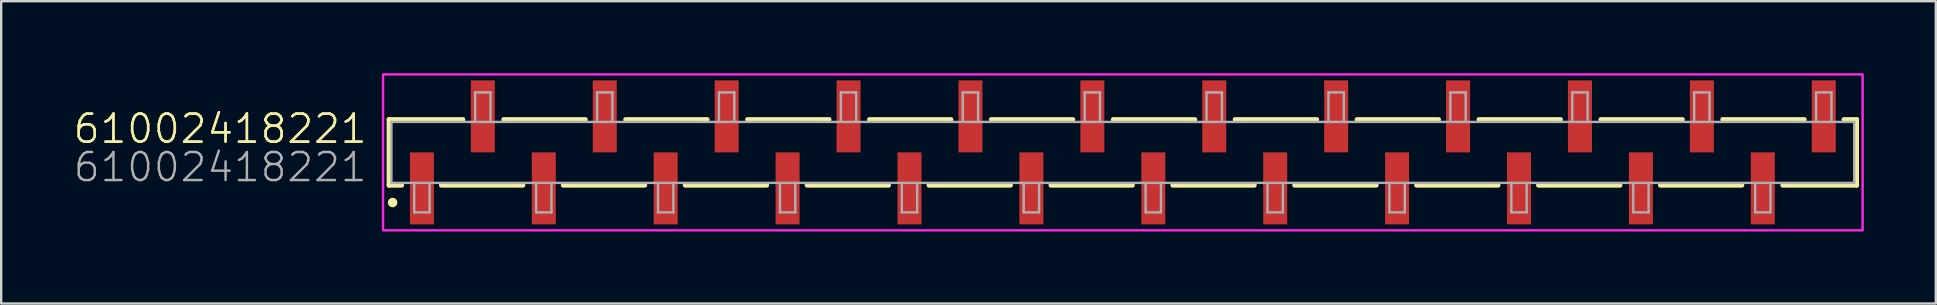
<source format=kicad_pcb>
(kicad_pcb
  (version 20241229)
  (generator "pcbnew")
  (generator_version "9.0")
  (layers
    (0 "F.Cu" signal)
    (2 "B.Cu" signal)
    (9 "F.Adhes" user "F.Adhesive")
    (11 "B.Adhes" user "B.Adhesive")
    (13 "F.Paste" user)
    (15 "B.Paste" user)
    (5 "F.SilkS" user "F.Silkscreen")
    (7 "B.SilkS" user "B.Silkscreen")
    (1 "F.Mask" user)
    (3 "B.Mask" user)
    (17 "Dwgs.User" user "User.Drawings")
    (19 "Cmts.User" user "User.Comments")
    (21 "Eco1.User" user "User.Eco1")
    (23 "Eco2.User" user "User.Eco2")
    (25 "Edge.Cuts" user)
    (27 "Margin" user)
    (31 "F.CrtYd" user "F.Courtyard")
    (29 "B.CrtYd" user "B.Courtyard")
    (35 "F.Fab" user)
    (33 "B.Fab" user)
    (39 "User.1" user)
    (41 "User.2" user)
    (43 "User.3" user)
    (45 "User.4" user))
  (footprint "61002418221"
    (layer "F.Cu")
    (at 43.742 3.3)
    (property "Reference" "61002418221" (at -31.43 -0.3 0) (unlocked yes) (layer "F.SilkS") (effects (font (size 1.168 1.168) (thickness 0.102)) (justify right bottom)))
    (property "Value" "61002418221" (at -31.43 1.3 0) (unlocked yes) (layer "F.Fab") (hide yes) (effects (font (size 1.168 1.168) (thickness 0.102)) (justify right bottom)))
    (fp_line (start -30.58 -1.37) (end -30.58 1.37) (stroke (width 0.2) (type solid)) (layer "F.SilkS"))
    (fp_line (start -30.58 1.37) (end -30.05 1.37) (stroke (width 0.2) (type solid)) (layer "F.SilkS"))
    (fp_line (start -28.4 1.37) (end -25 1.37) (stroke (width 0.2) (type solid)) (layer "F.SilkS"))
    (fp_line (start -27.5 -1.37) (end -30.58 -1.37) (stroke (width 0.2) (type solid)) (layer "F.SilkS"))
    (fp_line (start -25.8 -1.37) (end -22.4 -1.37) (stroke (width 0.2) (type solid)) (layer "F.SilkS"))
    (fp_line (start -23.32 1.37) (end -19.92 1.37) (stroke (width 0.2) (type solid)) (layer "F.SilkS"))
    (fp_line (start -20.72 -1.37) (end -17.32 -1.37) (stroke (width 0.2) (type solid)) (layer "F.SilkS"))
    (fp_line (start -18.24 1.37) (end -14.84 1.37) (stroke (width 0.2) (type solid)) (layer "F.SilkS"))
    (fp_line (start -15.64 -1.37) (end -12.24 -1.37) (stroke (width 0.2) (type solid)) (layer "F.SilkS"))
    (fp_line (start -13.16 1.37) (end -9.76 1.37) (stroke (width 0.2) (type solid)) (layer "F.SilkS"))
    (fp_line (start -10.56 -1.37) (end -7.16 -1.37) (stroke (width 0.2) (type solid)) (layer "F.SilkS"))
    (fp_line (start -8.08 1.37) (end -4.68 1.37) (stroke (width 0.2) (type solid)) (layer "F.SilkS"))
    (fp_line (start -5.48 -1.37) (end -2.08 -1.37) (stroke (width 0.2) (type solid)) (layer "F.SilkS"))
    (fp_line (start -3 1.37) (end 0.4 1.37) (stroke (width 0.2) (type solid)) (layer "F.SilkS"))
    (fp_line (start -0.4 -1.37) (end 3 -1.37) (stroke (width 0.2) (type solid)) (layer "F.SilkS"))
    (fp_line (start 2.08 1.37) (end 5.48 1.37) (stroke (width 0.2) (type solid)) (layer "F.SilkS"))
    (fp_line (start 4.68 -1.37) (end 8.08 -1.37) (stroke (width 0.2) (type solid)) (layer "F.SilkS"))
    (fp_line (start 7.16 1.37) (end 10.56 1.37) (stroke (width 0.2) (type solid)) (layer "F.SilkS"))
    (fp_line (start 9.76 -1.37) (end 13.16 -1.37) (stroke (width 0.2) (type solid)) (layer "F.SilkS"))
    (fp_line (start 12.24 1.37) (end 15.64 1.37) (stroke (width 0.2) (type solid)) (layer "F.SilkS"))
    (fp_line (start 14.84 -1.37) (end 18.24 -1.37) (stroke (width 0.2) (type solid)) (layer "F.SilkS"))
    (fp_line (start 17.32 1.37) (end 20.72 1.37) (stroke (width 0.2) (type solid)) (layer "F.SilkS"))
    (fp_line (start 19.92 -1.37) (end 23.32 -1.37) (stroke (width 0.2) (type solid)) (layer "F.SilkS"))
    (fp_line (start 22.4 1.37) (end 25.8 1.37) (stroke (width 0.2) (type solid)) (layer "F.SilkS"))
    (fp_line (start 25 -1.37) (end 28.4 -1.37) (stroke (width 0.2) (type solid)) (layer "F.SilkS"))
    (fp_line (start 27.5 1.37) (end 30.58 1.37) (stroke (width 0.2) (type solid)) (layer "F.SilkS"))
    (fp_line (start 30.58 -1.37) (end 30.05 -1.37) (stroke (width 0.2) (type solid)) (layer "F.SilkS"))
    (fp_line (start 30.58 1.37) (end 30.58 -1.37) (stroke (width 0.2) (type solid)) (layer "F.SilkS"))
    (fp_circle (center -30.43 2.09) (end -30.33 2.09) (stroke (width 0.2) (type solid)) (fill no) (layer "F.SilkS"))
    (fp_poly (pts (xy 30.83 3.25) (xy -30.83 3.25) (xy -30.83 -3.25) (xy 30.83 -3.25)) (stroke (width 0.1) (type default)) (fill no) (layer "F.CrtYd"))
    (fp_line (start -30.48 -1.27) (end -30.48 1.27) (stroke (width 0.1) (type solid)) (layer "F.Fab"))
    (fp_line (start -30.48 1.27) (end 30.48 1.27) (stroke (width 0.1) (type solid)) (layer "F.Fab"))
    (fp_line (start -29.53 2.5) (end -29.53 1.3) (stroke (width 0.1) (type solid)) (layer "F.Fab"))
    (fp_line (start -28.89 1.3) (end -28.89 2.5) (stroke (width 0.1) (type solid)) (layer "F.Fab"))
    (fp_line (start -28.89 2.5) (end -29.53 2.5) (stroke (width 0.1) (type solid)) (layer "F.Fab"))
    (fp_line (start -26.99 -2.5) (end -26.35 -2.5) (stroke (width 0.1) (type solid)) (layer "F.Fab"))
    (fp_line (start -26.99 -1.3) (end -26.99 -2.5) (stroke (width 0.1) (type solid)) (layer "F.Fab"))
    (fp_line (start -26.35 -2.5) (end -26.35 -1.3) (stroke (width 0.1) (type solid)) (layer "F.Fab"))
    (fp_line (start -24.45 2.5) (end -24.45 1.3) (stroke (width 0.1) (type solid)) (layer "F.Fab"))
    (fp_line (start -23.81 1.3) (end -23.81 2.5) (stroke (width 0.1) (type solid)) (layer "F.Fab"))
    (fp_line (start -23.81 2.5) (end -24.45 2.5) (stroke (width 0.1) (type solid)) (layer "F.Fab"))
    (fp_line (start -21.91 -2.5) (end -21.27 -2.5) (stroke (width 0.1) (type solid)) (layer "F.Fab"))
    (fp_line (start -21.91 -1.3) (end -21.91 -2.5) (stroke (width 0.1) (type solid)) (layer "F.Fab"))
    (fp_line (start -21.27 -2.5) (end -21.27 -1.3) (stroke (width 0.1) (type solid)) (layer "F.Fab"))
    (fp_line (start -19.37 2.5) (end -19.37 1.3) (stroke (width 0.1) (type solid)) (layer "F.Fab"))
    (fp_line (start -18.73 1.3) (end -18.73 2.5) (stroke (width 0.1) (type solid)) (layer "F.Fab"))
    (fp_line (start -18.73 2.5) (end -19.37 2.5) (stroke (width 0.1) (type solid)) (layer "F.Fab"))
    (fp_line (start -16.83 -2.5) (end -16.19 -2.5) (stroke (width 0.1) (type solid)) (layer "F.Fab"))
    (fp_line (start -16.83 -1.3) (end -16.83 -2.5) (stroke (width 0.1) (type solid)) (layer "F.Fab"))
    (fp_line (start -16.19 -2.5) (end -16.19 -1.3) (stroke (width 0.1) (type solid)) (layer "F.Fab"))
    (fp_line (start -14.29 2.5) (end -14.29 1.3) (stroke (width 0.1) (type solid)) (layer "F.Fab"))
    (fp_line (start -13.65 1.3) (end -13.65 2.5) (stroke (width 0.1) (type solid)) (layer "F.Fab"))
    (fp_line (start -13.65 2.5) (end -14.29 2.5) (stroke (width 0.1) (type solid)) (layer "F.Fab"))
    (fp_line (start -11.75 -2.5) (end -11.11 -2.5) (stroke (width 0.1) (type solid)) (layer "F.Fab"))
    (fp_line (start -11.75 -1.3) (end -11.75 -2.5) (stroke (width 0.1) (type solid)) (layer "F.Fab"))
    (fp_line (start -11.11 -2.5) (end -11.11 -1.3) (stroke (width 0.1) (type solid)) (layer "F.Fab"))
    (fp_line (start -9.21 2.5) (end -9.21 1.3) (stroke (width 0.1) (type solid)) (layer "F.Fab"))
    (fp_line (start -8.57 1.3) (end -8.57 2.5) (stroke (width 0.1) (type solid)) (layer "F.Fab"))
    (fp_line (start -8.57 2.5) (end -9.21 2.5) (stroke (width 0.1) (type solid)) (layer "F.Fab"))
    (fp_line (start -6.67 -2.5) (end -6.03 -2.5) (stroke (width 0.1) (type solid)) (layer "F.Fab"))
    (fp_line (start -6.67 -1.3) (end -6.67 -2.5) (stroke (width 0.1) (type solid)) (layer "F.Fab"))
    (fp_line (start -6.03 -2.5) (end -6.03 -1.3) (stroke (width 0.1) (type solid)) (layer "F.Fab"))
    (fp_line (start -4.13 2.5) (end -4.13 1.3) (stroke (width 0.1) (type solid)) (layer "F.Fab"))
    (fp_line (start -3.49 1.3) (end -3.49 2.5) (stroke (width 0.1) (type solid)) (layer "F.Fab"))
    (fp_line (start -3.49 2.5) (end -4.13 2.5) (stroke (width 0.1) (type solid)) (layer "F.Fab"))
    (fp_line (start -1.59 -2.5) (end -0.95 -2.5) (stroke (width 0.1) (type solid)) (layer "F.Fab"))
    (fp_line (start -1.59 -1.3) (end -1.59 -2.5) (stroke (width 0.1) (type solid)) (layer "F.Fab"))
    (fp_line (start -0.95 -2.5) (end -0.95 -1.3) (stroke (width 0.1) (type solid)) (layer "F.Fab"))
    (fp_line (start 0.95 2.5) (end 0.95 1.3) (stroke (width 0.1) (type solid)) (layer "F.Fab"))
    (fp_line (start 1.59 1.3) (end 1.59 2.5) (stroke (width 0.1) (type solid)) (layer "F.Fab"))
    (fp_line (start 1.59 2.5) (end 0.95 2.5) (stroke (width 0.1) (type solid)) (layer "F.Fab"))
    (fp_line (start 3.49 -2.5) (end 4.13 -2.5) (stroke (width 0.1) (type solid)) (layer "F.Fab"))
    (fp_line (start 3.49 -1.3) (end 3.49 -2.5) (stroke (width 0.1) (type solid)) (layer "F.Fab"))
    (fp_line (start 4.13 -2.5) (end 4.13 -1.3) (stroke (width 0.1) (type solid)) (layer "F.Fab"))
    (fp_line (start 6.03 2.5) (end 6.03 1.3) (stroke (width 0.1) (type solid)) (layer "F.Fab"))
    (fp_line (start 6.67 1.3) (end 6.67 2.5) (stroke (width 0.1) (type solid)) (layer "F.Fab"))
    (fp_line (start 6.67 2.5) (end 6.03 2.5) (stroke (width 0.1) (type solid)) (layer "F.Fab"))
    (fp_line (start 8.57 -2.5) (end 9.21 -2.5) (stroke (width 0.1) (type solid)) (layer "F.Fab"))
    (fp_line (start 8.57 -1.3) (end 8.57 -2.5) (stroke (width 0.1) (type solid)) (layer "F.Fab"))
    (fp_line (start 9.21 -2.5) (end 9.21 -1.3) (stroke (width 0.1) (type solid)) (layer "F.Fab"))
    (fp_line (start 11.11 2.5) (end 11.11 1.3) (stroke (width 0.1) (type solid)) (layer "F.Fab"))
    (fp_line (start 11.75 1.3) (end 11.75 2.5) (stroke (width 0.1) (type solid)) (layer "F.Fab"))
    (fp_line (start 11.75 2.5) (end 11.11 2.5) (stroke (width 0.1) (type solid)) (layer "F.Fab"))
    (fp_line (start 13.65 -2.5) (end 14.29 -2.5) (stroke (width 0.1) (type solid)) (layer "F.Fab"))
    (fp_line (start 13.65 -1.3) (end 13.65 -2.5) (stroke (width 0.1) (type solid)) (layer "F.Fab"))
    (fp_line (start 14.29 -2.5) (end 14.29 -1.3) (stroke (width 0.1) (type solid)) (layer "F.Fab"))
    (fp_line (start 16.19 2.5) (end 16.19 1.3) (stroke (width 0.1) (type solid)) (layer "F.Fab"))
    (fp_line (start 16.83 1.3) (end 16.83 2.5) (stroke (width 0.1) (type solid)) (layer "F.Fab"))
    (fp_line (start 16.83 2.5) (end 16.19 2.5) (stroke (width 0.1) (type solid)) (layer "F.Fab"))
    (fp_line (start 18.73 -2.5) (end 19.37 -2.5) (stroke (width 0.1) (type solid)) (layer "F.Fab"))
    (fp_line (start 18.73 -1.3) (end 18.73 -2.5) (stroke (width 0.1) (type solid)) (layer "F.Fab"))
    (fp_line (start 19.37 -2.5) (end 19.37 -1.3) (stroke (width 0.1) (type solid)) (layer "F.Fab"))
    (fp_line (start 21.27 2.5) (end 21.27 1.3) (stroke (width 0.1) (type solid)) (layer "F.Fab"))
    (fp_line (start 21.91 1.3) (end 21.91 2.5) (stroke (width 0.1) (type solid)) (layer "F.Fab"))
    (fp_line (start 21.91 2.5) (end 21.27 2.5) (stroke (width 0.1) (type solid)) (layer "F.Fab"))
    (fp_line (start 23.81 -2.5) (end 24.45 -2.5) (stroke (width 0.1) (type solid)) (layer "F.Fab"))
    (fp_line (start 23.81 -1.3) (end 23.81 -2.5) (stroke (width 0.1) (type solid)) (layer "F.Fab"))
    (fp_line (start 24.45 -2.5) (end 24.45 -1.3) (stroke (width 0.1) (type solid)) (layer "F.Fab"))
    (fp_line (start 26.35 2.5) (end 26.35 1.3) (stroke (width 0.1) (type solid)) (layer "F.Fab"))
    (fp_line (start 26.99 1.3) (end 26.99 2.5) (stroke (width 0.1) (type solid)) (layer "F.Fab"))
    (fp_line (start 26.99 2.5) (end 26.35 2.5) (stroke (width 0.1) (type solid)) (layer "F.Fab"))
    (fp_line (start 28.89 -2.5) (end 29.53 -2.5) (stroke (width 0.1) (type solid)) (layer "F.Fab"))
    (fp_line (start 28.89 -1.3) (end 28.89 -2.5) (stroke (width 0.1) (type solid)) (layer "F.Fab"))
    (fp_line (start 29.53 -2.5) (end 29.53 -1.3) (stroke (width 0.1) (type solid)) (layer "F.Fab"))
    (fp_line (start 30.48 -1.27) (end -30.48 -1.27) (stroke (width 0.1) (type solid)) (layer "F.Fab"))
    (fp_line (start 30.48 1.27) (end 30.48 -1.27) (stroke (width 0.1) (type solid)) (layer "F.Fab"))
    (fp_text user "${REFERENCE}" (at -31.43 -0.3 0) (unlocked yes) (layer "F.SilkS") (effects (font (size 1.168 1.168) (thickness 0.102)) (justify right bottom)))
    (fp_text user "${VALUE}" (at -31.43 1.3 0) (unlocked yes) (layer "F.Fab") (effects (font (size 1.168 1.168) (thickness 0.102)) (justify right bottom)))
    (pad "1" smd rect (at -29.21 1.5) (size 1 3) (layers "F.Cu" "F.Mask" "F.Paste"))
    (pad "2" smd rect (at -26.67 -1.5) (size 1 3) (layers "F.Cu" "F.Mask" "F.Paste"))
    (pad "3" smd rect (at -24.13 1.5) (size 1 3) (layers "F.Cu" "F.Mask" "F.Paste"))
    (pad "4" smd rect (at -21.59 -1.5) (size 1 3) (layers "F.Cu" "F.Mask" "F.Paste"))
    (pad "5" smd rect (at -19.05 1.5) (size 1 3) (layers "F.Cu" "F.Mask" "F.Paste"))
    (pad "6" smd rect (at -16.51 -1.5) (size 1 3) (layers "F.Cu" "F.Mask" "F.Paste"))
    (pad "7" smd rect (at -13.97 1.5) (size 1 3) (layers "F.Cu" "F.Mask" "F.Paste"))
    (pad "8" smd rect (at -11.43 -1.5) (size 1 3) (layers "F.Cu" "F.Mask" "F.Paste"))
    (pad "9" smd rect (at -8.89 1.5) (size 1 3) (layers "F.Cu" "F.Mask" "F.Paste"))
    (pad "10" smd rect (at -6.35 -1.5) (size 1 3) (layers "F.Cu" "F.Mask" "F.Paste"))
    (pad "11" smd rect (at -3.81 1.5) (size 1 3) (layers "F.Cu" "F.Mask" "F.Paste"))
    (pad "12" smd rect (at -1.27 -1.5) (size 1 3) (layers "F.Cu" "F.Mask" "F.Paste"))
    (pad "13" smd rect (at 1.27 1.5) (size 1 3) (layers "F.Cu" "F.Mask" "F.Paste"))
    (pad "14" smd rect (at 3.81 -1.5) (size 1 3) (layers "F.Cu" "F.Mask" "F.Paste"))
    (pad "15" smd rect (at 6.35 1.5) (size 1 3) (layers "F.Cu" "F.Mask" "F.Paste"))
    (pad "16" smd rect (at 8.89 -1.5) (size 1 3) (layers "F.Cu" "F.Mask" "F.Paste"))
    (pad "17" smd rect (at 11.43 1.5 180) (size 1 3) (layers "F.Cu" "F.Mask" "F.Paste"))
    (pad "18" smd rect (at 13.97 -1.5 180) (size 1 3) (layers "F.Cu" "F.Mask" "F.Paste"))
    (pad "19" smd rect (at 16.51 1.5 180) (size 1 3) (layers "F.Cu" "F.Mask" "F.Paste"))
    (pad "20" smd rect (at 19.05 -1.5 180) (size 1 3) (layers "F.Cu" "F.Mask" "F.Paste"))
    (pad "21" smd rect (at 21.59 1.5 180) (size 1 3) (layers "F.Cu" "F.Mask" "F.Paste"))
    (pad "22" smd rect (at 24.13 -1.5 180) (size 1 3) (layers "F.Cu" "F.Mask" "F.Paste"))
    (pad "23" smd rect (at 26.67 1.5 180) (size 1 3) (layers "F.Cu" "F.Mask" "F.Paste"))
    (pad "24" smd rect (at 29.21 -1.5 180) (size 1 3) (layers "F.Cu" "F.Mask" "F.Paste")))
  (gr_rect
    (start -3 -3)
    (end 77.622 9.6)
    (stroke (width 0.1) (type default))
    (fill no)
    (layer "Edge.Cuts")))
</source>
